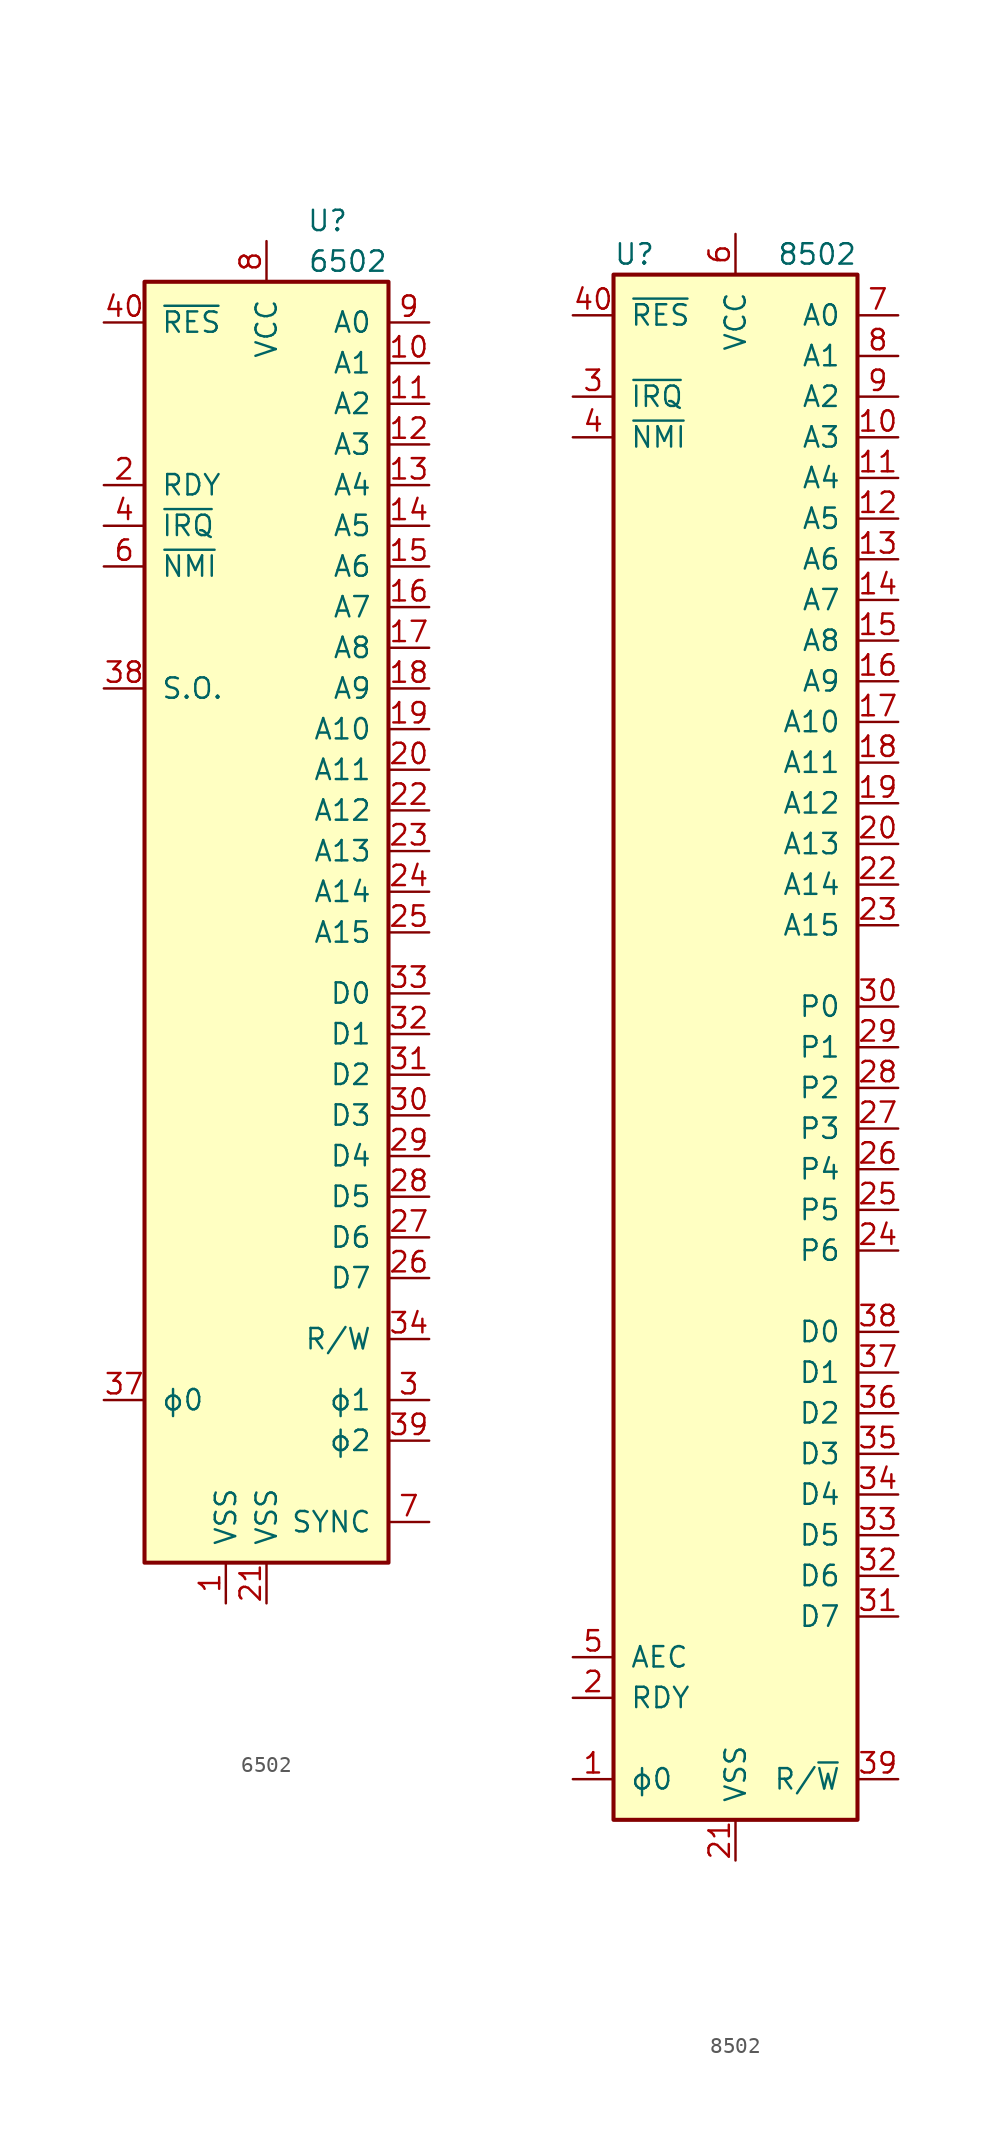
<source format=kicad_sym>
(kicad_symbol_lib
  (version 20220914)
  (generator kicad_symbol_editor)
  (symbol "6502"
    (pin_names
      (offset 1.016))
    (property "Reference" "U"
      (at 5.08 41.91 0)
      (effects (font (size 1.27 1.27))))
    (property "Value" "6502"
      (at 6.35 39.37 0)
      (effects (font (size 1.27 1.27))))
    (symbol "6502_0_1"
      (rectangle (start -6.35 38.1) (end 8.89 -41.91) (stroke (width 0.254) (type solid)) (fill (type background))))
    (symbol "6502_1_1"
      (pin power_in line (at -1.27 -44.45 90) (length 2.54) (name "VSS" (effects (font (size 1.27 1.27)))) (number "1" (effects (font (size 1.27 1.27)))))
      (pin output line (at 11.43 33.02 180) (length 2.54) (name "A1" (effects (font (size 1.27 1.27)))) (number "10" (effects (font (size 1.27 1.27)))))
      (pin output line (at 11.43 30.48 180) (length 2.54) (name "A2" (effects (font (size 1.27 1.27)))) (number "11" (effects (font (size 1.27 1.27)))))
      (pin output line (at 11.43 27.94 180) (length 2.54) (name "A3" (effects (font (size 1.27 1.27)))) (number "12" (effects (font (size 1.27 1.27)))))
      (pin output line (at 11.43 25.4 180) (length 2.54) (name "A4" (effects (font (size 1.27 1.27)))) (number "13" (effects (font (size 1.27 1.27)))))
      (pin output line (at 11.43 22.86 180) (length 2.54) (name "A5" (effects (font (size 1.27 1.27)))) (number "14" (effects (font (size 1.27 1.27)))))
      (pin output line (at 11.43 20.32 180) (length 2.54) (name "A6" (effects (font (size 1.27 1.27)))) (number "15" (effects (font (size 1.27 1.27)))))
      (pin output line (at 11.43 17.78 180) (length 2.54) (name "A7" (effects (font (size 1.27 1.27)))) (number "16" (effects (font (size 1.27 1.27)))))
      (pin output line (at 11.43 15.24 180) (length 2.54) (name "A8" (effects (font (size 1.27 1.27)))) (number "17" (effects (font (size 1.27 1.27)))))
      (pin output line (at 11.43 12.7 180) (length 2.54) (name "A9" (effects (font (size 1.27 1.27)))) (number "18" (effects (font (size 1.27 1.27)))))
      (pin output line (at 11.43 10.16 180) (length 2.54) (name "A10" (effects (font (size 1.27 1.27)))) (number "19" (effects (font (size 1.27 1.27)))))
      (pin input line (at -8.89 25.4 0) (length 2.54) (name "RDY" (effects (font (size 1.27 1.27)))) (number "2" (effects (font (size 1.27 1.27)))))
      (pin output line (at 11.43 7.62 180) (length 2.54) (name "A11" (effects (font (size 1.27 1.27)))) (number "20" (effects (font (size 1.27 1.27)))))
      (pin power_in line (at 1.27 -44.45 90) (length 2.54) (name "VSS" (effects (font (size 1.27 1.27)))) (number "21" (effects (font (size 1.27 1.27)))))
      (pin output line (at 11.43 5.08 180) (length 2.54) (name "A12" (effects (font (size 1.27 1.27)))) (number "22" (effects (font (size 1.27 1.27)))))
      (pin output line (at 11.43 2.54 180) (length 2.54) (name "A13" (effects (font (size 1.27 1.27)))) (number "23" (effects (font (size 1.27 1.27)))))
      (pin output line (at 11.43 0 180) (length 2.54) (name "A14" (effects (font (size 1.27 1.27)))) (number "24" (effects (font (size 1.27 1.27)))))
      (pin output line (at 11.43 -2.54 180) (length 2.54) (name "A15" (effects (font (size 1.27 1.27)))) (number "25" (effects (font (size 1.27 1.27)))))
      (pin bidirectional line (at 11.43 -24.13 180) (length 2.54) (name "D7" (effects (font (size 1.27 1.27)))) (number "26" (effects (font (size 1.27 1.27)))))
      (pin bidirectional line (at 11.43 -21.59 180) (length 2.54) (name "D6" (effects (font (size 1.27 1.27)))) (number "27" (effects (font (size 1.27 1.27)))))
      (pin bidirectional line (at 11.43 -19.05 180) (length 2.54) (name "D5" (effects (font (size 1.27 1.27)))) (number "28" (effects (font (size 1.27 1.27)))))
      (pin bidirectional line (at 11.43 -16.51 180) (length 2.54) (name "D4" (effects (font (size 1.27 1.27)))) (number "29" (effects (font (size 1.27 1.27)))))
      (pin output line (at 11.43 -31.75 180) (length 2.54) (name "ϕ1" (effects (font (size 1.27 1.27)))) (number "3" (effects (font (size 1.27 1.27)))))
      (pin bidirectional line (at 11.43 -13.97 180) (length 2.54) (name "D3" (effects (font (size 1.27 1.27)))) (number "30" (effects (font (size 1.27 1.27)))))
      (pin bidirectional line (at 11.43 -11.43 180) (length 2.54) (name "D2" (effects (font (size 1.27 1.27)))) (number "31" (effects (font (size 1.27 1.27)))))
      (pin bidirectional line (at 11.43 -8.89 180) (length 2.54) (name "D1" (effects (font (size 1.27 1.27)))) (number "32" (effects (font (size 1.27 1.27)))))
      (pin bidirectional line (at 11.43 -6.35 180) (length 2.54) (name "D0" (effects (font (size 1.27 1.27)))) (number "33" (effects (font (size 1.27 1.27)))))
      (pin output line (at 11.43 -27.94 180) (length 2.54) (name "R/W" (effects (font (size 1.27 1.27)))) (number "34" (effects (font (size 1.27 1.27)))))
      (pin no_connect line (at -6.35 5.08 0) (length 0) hide (name "NC" (effects (font (size 1.27 1.27)))) (number "35" (effects (font (size 1.27 1.27)))))
      (pin no_connect line (at -6.35 2.54 0) (length 0) hide (name "NC" (effects (font (size 1.27 1.27)))) (number "36" (effects (font (size 1.27 1.27)))))
      (pin input line (at -8.89 -31.75 0) (length 2.54) (name "ϕ0" (effects (font (size 1.27 1.27)))) (number "37" (effects (font (size 1.27 1.27)))))
      (pin input line (at -8.89 12.7 0) (length 2.54) (name "S.O." (effects (font (size 1.27 1.27)))) (number "38" (effects (font (size 1.27 1.27)))))
      (pin output line (at 11.43 -34.29 180) (length 2.54) (name "ϕ2" (effects (font (size 1.27 1.27)))) (number "39" (effects (font (size 1.27 1.27)))))
      (pin input line (at -8.89 22.86 0) (length 2.54) (name "~{IRQ}" (effects (font (size 1.27 1.27)))) (number "4" (effects (font (size 1.27 1.27)))))
      (pin input line (at -8.89 35.56 0) (length 2.54) (name "~{RES}" (effects (font (size 1.27 1.27)))) (number "40" (effects (font (size 1.27 1.27)))))
      (pin no_connect line (at -6.35 7.62 0) (length 0) hide (name "NC" (effects (font (size 1.27 1.27)))) (number "5" (effects (font (size 1.27 1.27)))))
      (pin input line (at -8.89 20.32 0) (length 2.54) (name "~{NMI}" (effects (font (size 1.27 1.27)))) (number "6" (effects (font (size 1.27 1.27)))))
      (pin output line (at 11.43 -39.37 180) (length 2.54) (name "SYNC" (effects (font (size 1.27 1.27)))) (number "7" (effects (font (size 1.27 1.27)))))
      (pin power_in line (at 1.27 40.64 270) (length 2.54) (name "VCC" (effects (font (size 1.27 1.27)))) (number "8" (effects (font (size 1.27 1.27)))))
      (pin output line (at 11.43 35.56 180) (length 2.54) (name "A0" (effects (font (size 1.27 1.27)))) (number "9" (effects (font (size 1.27 1.27)))))))
  (symbol "8502"
    (pin_names
      (offset 1.016))
    (property "Reference" "U"
      (at -7.62 49.53 0)
      (effects (font (size 1.27 1.27)) (justify left)))
    (property "Value" "8502"
      (at 7.62 49.53 0)
      (effects (font (size 1.27 1.27)) (justify right)))
    (symbol "8502_0_1"
      (rectangle (start -7.62 48.26) (end 7.62 -48.26) (stroke (width 0.254) (type default)) (fill (type background))))
    (symbol "8502_1_1"
      (pin input line (at -10.16 -45.72 0) (length 2.54) (name "ϕ0" (effects (font (size 1.27 1.27)))) (number "1" (effects (font (size 1.27 1.27)))))
      (pin tri_state line (at 10.16 38.1 180) (length 2.54) (name "A3" (effects (font (size 1.27 1.27)))) (number "10" (effects (font (size 1.27 1.27)))))
      (pin tri_state line (at 10.16 35.56 180) (length 2.54) (name "A4" (effects (font (size 1.27 1.27)))) (number "11" (effects (font (size 1.27 1.27)))))
      (pin tri_state line (at 10.16 33.02 180) (length 2.54) (name "A5" (effects (font (size 1.27 1.27)))) (number "12" (effects (font (size 1.27 1.27)))))
      (pin tri_state line (at 10.16 30.48 180) (length 2.54) (name "A6" (effects (font (size 1.27 1.27)))) (number "13" (effects (font (size 1.27 1.27)))))
      (pin tri_state line (at 10.16 27.94 180) (length 2.54) (name "A7" (effects (font (size 1.27 1.27)))) (number "14" (effects (font (size 1.27 1.27)))))
      (pin tri_state line (at 10.16 25.4 180) (length 2.54) (name "A8" (effects (font (size 1.27 1.27)))) (number "15" (effects (font (size 1.27 1.27)))))
      (pin tri_state line (at 10.16 22.86 180) (length 2.54) (name "A9" (effects (font (size 1.27 1.27)))) (number "16" (effects (font (size 1.27 1.27)))))
      (pin tri_state line (at 10.16 20.32 180) (length 2.54) (name "A10" (effects (font (size 1.27 1.27)))) (number "17" (effects (font (size 1.27 1.27)))))
      (pin tri_state line (at 10.16 17.78 180) (length 2.54) (name "A11" (effects (font (size 1.27 1.27)))) (number "18" (effects (font (size 1.27 1.27)))))
      (pin tri_state line (at 10.16 15.24 180) (length 2.54) (name "A12" (effects (font (size 1.27 1.27)))) (number "19" (effects (font (size 1.27 1.27)))))
      (pin input line (at -10.16 -40.64 0) (length 2.54) (name "RDY" (effects (font (size 1.27 1.27)))) (number "2" (effects (font (size 1.27 1.27)))))
      (pin tri_state line (at 10.16 12.7 180) (length 2.54) (name "A13" (effects (font (size 1.27 1.27)))) (number "20" (effects (font (size 1.27 1.27)))))
      (pin power_in line (at 0 -50.8 90) (length 2.54) (name "VSS" (effects (font (size 1.27 1.27)))) (number "21" (effects (font (size 1.27 1.27)))))
      (pin tri_state line (at 10.16 10.16 180) (length 2.54) (name "A14" (effects (font (size 1.27 1.27)))) (number "22" (effects (font (size 1.27 1.27)))))
      (pin tri_state line (at 10.16 7.62 180) (length 2.54) (name "A15" (effects (font (size 1.27 1.27)))) (number "23" (effects (font (size 1.27 1.27)))))
      (pin bidirectional line (at 10.16 -12.7 180) (length 2.54) (name "P6" (effects (font (size 1.27 1.27)))) (number "24" (effects (font (size 1.27 1.27)))))
      (pin bidirectional line (at 10.16 -10.16 180) (length 2.54) (name "P5" (effects (font (size 1.27 1.27)))) (number "25" (effects (font (size 1.27 1.27)))))
      (pin bidirectional line (at 10.16 -7.62 180) (length 2.54) (name "P4" (effects (font (size 1.27 1.27)))) (number "26" (effects (font (size 1.27 1.27)))))
      (pin bidirectional line (at 10.16 -5.08 180) (length 2.54) (name "P3" (effects (font (size 1.27 1.27)))) (number "27" (effects (font (size 1.27 1.27)))))
      (pin bidirectional line (at 10.16 -2.54 180) (length 2.54) (name "P2" (effects (font (size 1.27 1.27)))) (number "28" (effects (font (size 1.27 1.27)))))
      (pin bidirectional line (at 10.16 0 180) (length 2.54) (name "P1" (effects (font (size 1.27 1.27)))) (number "29" (effects (font (size 1.27 1.27)))))
      (pin input line (at -10.16 40.64 0) (length 2.54) (name "~{IRQ}" (effects (font (size 1.27 1.27)))) (number "3" (effects (font (size 1.27 1.27)))))
      (pin bidirectional line (at 10.16 2.54 180) (length 2.54) (name "P0" (effects (font (size 1.27 1.27)))) (number "30" (effects (font (size 1.27 1.27)))))
      (pin bidirectional line (at 10.16 -35.56 180) (length 2.54) (name "D7" (effects (font (size 1.27 1.27)))) (number "31" (effects (font (size 1.27 1.27)))))
      (pin bidirectional line (at 10.16 -33.02 180) (length 2.54) (name "D6" (effects (font (size 1.27 1.27)))) (number "32" (effects (font (size 1.27 1.27)))))
      (pin bidirectional line (at 10.16 -30.48 180) (length 2.54) (name "D5" (effects (font (size 1.27 1.27)))) (number "33" (effects (font (size 1.27 1.27)))))
      (pin bidirectional line (at 10.16 -27.94 180) (length 2.54) (name "D4" (effects (font (size 1.27 1.27)))) (number "34" (effects (font (size 1.27 1.27)))))
      (pin bidirectional line (at 10.16 -25.4 180) (length 2.54) (name "D3" (effects (font (size 1.27 1.27)))) (number "35" (effects (font (size 1.27 1.27)))))
      (pin bidirectional line (at 10.16 -22.86 180) (length 2.54) (name "D2" (effects (font (size 1.27 1.27)))) (number "36" (effects (font (size 1.27 1.27)))))
      (pin bidirectional line (at 10.16 -20.32 180) (length 2.54) (name "D1" (effects (font (size 1.27 1.27)))) (number "37" (effects (font (size 1.27 1.27)))))
      (pin bidirectional line (at 10.16 -17.78 180) (length 2.54) (name "D0" (effects (font (size 1.27 1.27)))) (number "38" (effects (font (size 1.27 1.27)))))
      (pin tri_state line (at 10.16 -45.72 180) (length 2.54) (name "R/~{W}" (effects (font (size 1.27 1.27)))) (number "39" (effects (font (size 1.27 1.27)))))
      (pin input line (at -10.16 38.1 0) (length 2.54) (name "~{NMI}" (effects (font (size 1.27 1.27)))) (number "4" (effects (font (size 1.27 1.27)))))
      (pin input line (at -10.16 45.72 0) (length 2.54) (name "~{RES}" (effects (font (size 1.27 1.27)))) (number "40" (effects (font (size 1.27 1.27)))))
      (pin input line (at -10.16 -38.1 0) (length 2.54) (name "AEC" (effects (font (size 1.27 1.27)))) (number "5" (effects (font (size 1.27 1.27)))))
      (pin power_in line (at 0 50.8 270) (length 2.54) (name "VCC" (effects (font (size 1.27 1.27)))) (number "6" (effects (font (size 1.27 1.27)))))
      (pin tri_state line (at 10.16 45.72 180) (length 2.54) (name "A0" (effects (font (size 1.27 1.27)))) (number "7" (effects (font (size 1.27 1.27)))))
      (pin tri_state line (at 10.16 43.18 180) (length 2.54) (name "A1" (effects (font (size 1.27 1.27)))) (number "8" (effects (font (size 1.27 1.27)))))
      (pin tri_state line (at 10.16 40.64 180) (length 2.54) (name "A2" (effects (font (size 1.27 1.27)))) (number "9" (effects (font (size 1.27 1.27))))))))
</source>
